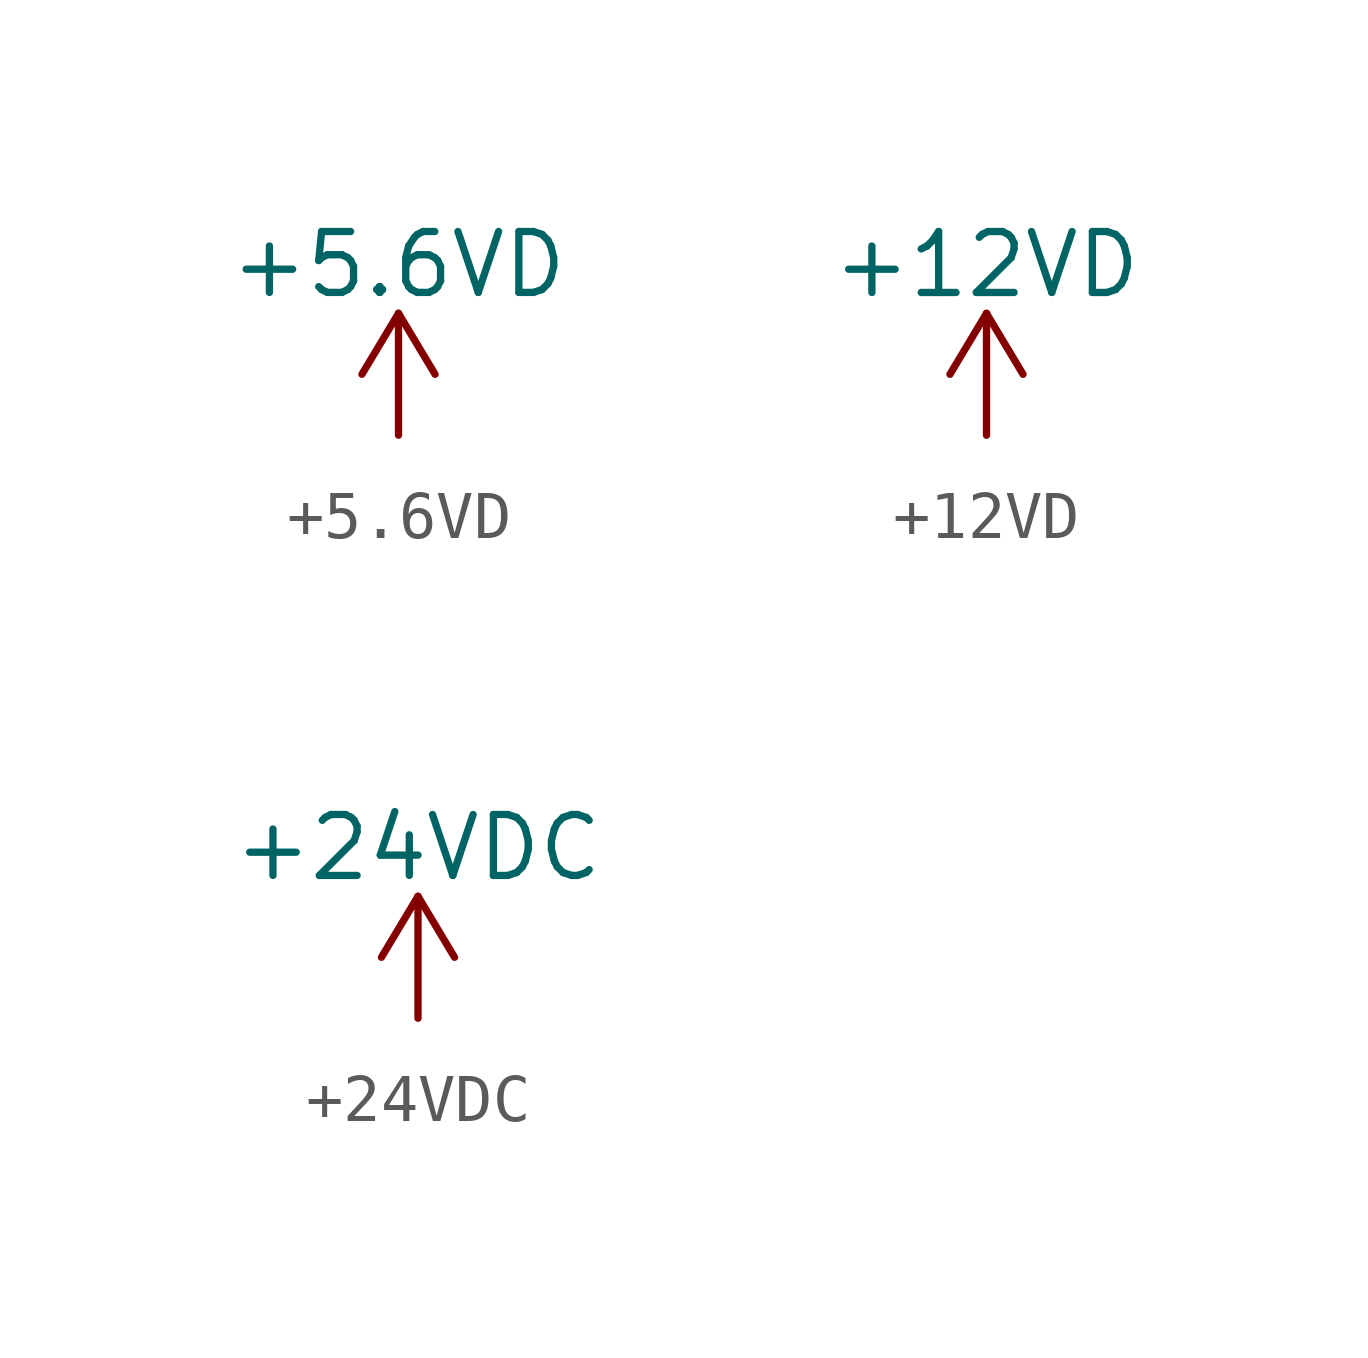
<source format=kicad_sym>
(kicad_symbol_lib
  (version 20211014)
  (generator kicad_symbol_editor)
  (symbol "+5.6VD"
    (power)
    (pin_names
      (offset 0))
    (property "Reference" "#PWR"
      (at 0 -3.81 0)
      (effects (font (size 1.27 1.27)) hide))
    (property "Value" "+5.6VD"
      (at 0 3.556 0)
      (effects (font (size 1.27 1.27))))
    (symbol "+5.6VD_0_1"
      (polyline (pts (xy -0.762 1.27) (xy 0 2.54)) (stroke (width 0) (type default) (color 0 0 0 0)) (fill (type none)))
      (polyline (pts (xy 0 0) (xy 0 2.54)) (stroke (width 0) (type default) (color 0 0 0 0)) (fill (type none)))
      (polyline (pts (xy 0 2.54) (xy 0.762 1.27)) (stroke (width 0) (type default) (color 0 0 0 0)) (fill (type none))))
    (symbol "+5.6VD_1_1"
      (pin power_in line (at 0 0 90) (length 0) hide (name "+5.6VD" (effects (font (size 1.27 1.27)))) (number "1" (effects (font (size 1.27 1.27)))))))
  (symbol "+12VD"
    (power)
    (pin_names
      (offset 0))
    (property "Reference" "#PWR"
      (at 0 -3.81 0)
      (effects (font (size 1.27 1.27)) hide))
    (property "Value" "+12VD"
      (at 0 3.556 0)
      (effects (font (size 1.27 1.27))))
    (symbol "+12VD_0_1"
      (polyline (pts (xy -0.762 1.27) (xy 0 2.54)) (stroke (width 0) (type default) (color 0 0 0 0)) (fill (type none)))
      (polyline (pts (xy 0 0) (xy 0 2.54)) (stroke (width 0) (type default) (color 0 0 0 0)) (fill (type none)))
      (polyline (pts (xy 0 2.54) (xy 0.762 1.27)) (stroke (width 0) (type default) (color 0 0 0 0)) (fill (type none))))
    (symbol "+12VD_1_1"
      (pin power_in line (at 0 0 90) (length 0) hide (name "+12VD" (effects (font (size 1.27 1.27)))) (number "1" (effects (font (size 1.27 1.27)))))))
  (symbol "+24VDC"
    (power)
    (pin_names
      (offset 0))
    (property "Reference" "#PWR"
      (at 0 -3.81 0)
      (effects (font (size 1.27 1.27)) hide))
    (property "Value" "+24VDC"
      (at 0 3.556 0)
      (effects (font (size 1.27 1.27))))
    (symbol "+24VDC_0_1"
      (polyline (pts (xy -0.762 1.27) (xy 0 2.54)) (stroke (width 0) (type default) (color 0 0 0 0)) (fill (type none)))
      (polyline (pts (xy 0 0) (xy 0 2.54)) (stroke (width 0) (type default) (color 0 0 0 0)) (fill (type none)))
      (polyline (pts (xy 0 2.54) (xy 0.762 1.27)) (stroke (width 0) (type default) (color 0 0 0 0)) (fill (type none))))
    (symbol "+24VDC_1_1"
      (pin power_in line (at 0 0 90) (length 0) hide (name "+24VDC" (effects (font (size 1.27 1.27)))) (number "1" (effects (font (size 1.27 1.27))))))))
</source>
